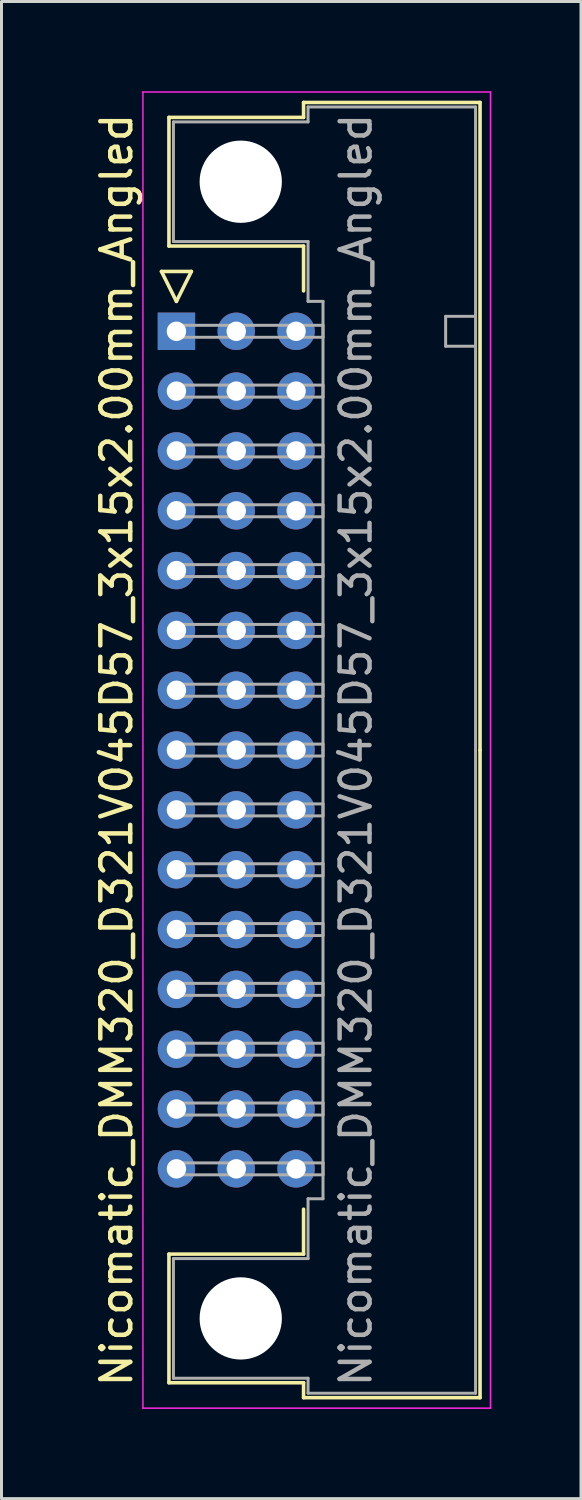
<source format=kicad_pcb>
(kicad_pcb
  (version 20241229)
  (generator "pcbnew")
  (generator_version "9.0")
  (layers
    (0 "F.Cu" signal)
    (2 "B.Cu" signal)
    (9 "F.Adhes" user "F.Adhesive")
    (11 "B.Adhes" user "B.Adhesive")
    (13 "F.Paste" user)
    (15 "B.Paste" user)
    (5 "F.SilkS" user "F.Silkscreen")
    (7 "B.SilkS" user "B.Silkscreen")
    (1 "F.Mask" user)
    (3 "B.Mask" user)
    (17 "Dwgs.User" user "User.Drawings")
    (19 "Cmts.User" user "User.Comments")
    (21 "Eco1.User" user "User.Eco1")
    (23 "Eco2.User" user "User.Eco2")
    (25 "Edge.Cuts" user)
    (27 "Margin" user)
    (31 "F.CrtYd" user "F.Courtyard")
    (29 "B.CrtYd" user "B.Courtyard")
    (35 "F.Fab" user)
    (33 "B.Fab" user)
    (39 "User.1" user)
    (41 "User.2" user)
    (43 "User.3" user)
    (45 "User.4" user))
  (footprint "Nicomatic_DMM320_D321V045D57_3x15x2.00mm_Angled"
    (layer "F.Cu")
    (at 2.848 8.025)
    (property "Reference" "Nicomatic_DMM320_D321V045D57_3x15x2.00mm_Angled" (at -2 14 90) (layer "F.SilkS") (effects (font (size 1 1) (thickness 0.15))))
    (attr through_hole)
    (fp_line (start -0.5 -2) (end 0 -1) (stroke (width 0.12) (type solid)) (layer "F.SilkS"))
    (fp_line (start -0.25 -7.15) (end -0.25 -2.85) (stroke (width 0.12) (type solid)) (layer "F.SilkS"))
    (fp_line (start -0.25 -2.85) (end 4.25 -2.85) (stroke (width 0.12) (type solid)) (layer "F.SilkS"))
    (fp_line (start -0.25 30.85) (end 4.25 30.85) (stroke (width 0.12) (type solid)) (layer "F.SilkS"))
    (fp_line (start -0.25 35.15) (end -0.25 30.85) (stroke (width 0.12) (type solid)) (layer "F.SilkS"))
    (fp_line (start 0 -1) (end 0.5 -2) (stroke (width 0.12) (type solid)) (layer "F.SilkS"))
    (fp_line (start 0.5 -2) (end -0.5 -2) (stroke (width 0.12) (type solid)) (layer "F.SilkS"))
    (fp_line (start 4.25 -7.65) (end 4.25 -7.15) (stroke (width 0.12) (type solid)) (layer "F.SilkS"))
    (fp_line (start 4.25 -7.15) (end -0.25 -7.15) (stroke (width 0.12) (type solid)) (layer "F.SilkS"))
    (fp_line (start 4.25 -2.85) (end 4.25 -1.35) (stroke (width 0.12) (type solid)) (layer "F.SilkS"))
    (fp_line (start 4.25 30.85) (end 4.25 29.35) (stroke (width 0.12) (type solid)) (layer "F.SilkS"))
    (fp_line (start 4.25 35.15) (end -0.25 35.15) (stroke (width 0.12) (type solid)) (layer "F.SilkS"))
    (fp_line (start 4.25 35.65) (end 4.25 35.15) (stroke (width 0.12) (type solid)) (layer "F.SilkS"))
    (fp_line (start 10.15 -7.65) (end 4.25 -7.65) (stroke (width 0.12) (type solid)) (layer "F.SilkS"))
    (fp_line (start 10.15 14) (end 10.15 -7.65) (stroke (width 0.12) (type solid)) (layer "F.SilkS"))
    (fp_line (start 10.15 14) (end 10.15 35.65) (stroke (width 0.12) (type solid)) (layer "F.SilkS"))
    (fp_line (start 10.15 35.65) (end 4.25 35.65) (stroke (width 0.12) (type solid)) (layer "F.SilkS"))
    (fp_line (start -1.12 -8) (end -1.12 36) (stroke (width 0.05) (type solid)) (layer "F.CrtYd"))
    (fp_line (start -1.12 36) (end 10.5 36) (stroke (width 0.05) (type solid)) (layer "F.CrtYd"))
    (fp_line (start 10.5 -8) (end -1.12 -8) (stroke (width 0.05) (type solid)) (layer "F.CrtYd"))
    (fp_line (start 10.5 36) (end 10.5 -8) (stroke (width 0.05) (type solid)) (layer "F.CrtYd"))
    (fp_line (start -0.1 -7) (end -0.1 -3) (stroke (width 0.1) (type solid)) (layer "F.Fab"))
    (fp_line (start -0.1 -3) (end 4.4 -3) (stroke (width 0.1) (type solid)) (layer "F.Fab"))
    (fp_line (start -0.1 31) (end 4.4 31) (stroke (width 0.1) (type solid)) (layer "F.Fab"))
    (fp_line (start -0.1 35) (end -0.1 31) (stroke (width 0.1) (type solid)) (layer "F.Fab"))
    (fp_line (start 0 -0.2) (end 0 0.2) (stroke (width 0.1) (type solid)) (layer "F.Fab"))
    (fp_line (start 0 0.2) (end 4.9 0.2) (stroke (width 0.1) (type solid)) (layer "F.Fab"))
    (fp_line (start 0 1.8) (end 0 2.2) (stroke (width 0.1) (type solid)) (layer "F.Fab"))
    (fp_line (start 0 2.2) (end 4.9 2.2) (stroke (width 0.1) (type solid)) (layer "F.Fab"))
    (fp_line (start 0 3.8) (end 0 4.2) (stroke (width 0.1) (type solid)) (layer "F.Fab"))
    (fp_line (start 0 4.2) (end 4.9 4.2) (stroke (width 0.1) (type solid)) (layer "F.Fab"))
    (fp_line (start 0 5.8) (end 0 6.2) (stroke (width 0.1) (type solid)) (layer "F.Fab"))
    (fp_line (start 0 6.2) (end 4.9 6.2) (stroke (width 0.1) (type solid)) (layer "F.Fab"))
    (fp_line (start 0 7.8) (end 0 8.2) (stroke (width 0.1) (type solid)) (layer "F.Fab"))
    (fp_line (start 0 8.2) (end 4.9 8.2) (stroke (width 0.1) (type solid)) (layer "F.Fab"))
    (fp_line (start 0 9.8) (end 0 10.2) (stroke (width 0.1) (type solid)) (layer "F.Fab"))
    (fp_line (start 0 10.2) (end 4.9 10.2) (stroke (width 0.1) (type solid)) (layer "F.Fab"))
    (fp_line (start 0 11.8) (end 0 12.2) (stroke (width 0.1) (type solid)) (layer "F.Fab"))
    (fp_line (start 0 12.2) (end 4.9 12.2) (stroke (width 0.1) (type solid)) (layer "F.Fab"))
    (fp_line (start 0 13.8) (end 0 14.2) (stroke (width 0.1) (type solid)) (layer "F.Fab"))
    (fp_line (start 0 14.2) (end 4.9 14.2) (stroke (width 0.1) (type solid)) (layer "F.Fab"))
    (fp_line (start 0 15.8) (end 0 16.2) (stroke (width 0.1) (type solid)) (layer "F.Fab"))
    (fp_line (start 0 16.2) (end 4.9 16.2) (stroke (width 0.1) (type solid)) (layer "F.Fab"))
    (fp_line (start 0 17.8) (end 0 18.2) (stroke (width 0.1) (type solid)) (layer "F.Fab"))
    (fp_line (start 0 18.2) (end 4.9 18.2) (stroke (width 0.1) (type solid)) (layer "F.Fab"))
    (fp_line (start 0 19.8) (end 0 20.2) (stroke (width 0.1) (type solid)) (layer "F.Fab"))
    (fp_line (start 0 20.2) (end 4.9 20.2) (stroke (width 0.1) (type solid)) (layer "F.Fab"))
    (fp_line (start 0 21.8) (end 0 22.2) (stroke (width 0.1) (type solid)) (layer "F.Fab"))
    (fp_line (start 0 22.2) (end 4.9 22.2) (stroke (width 0.1) (type solid)) (layer "F.Fab"))
    (fp_line (start 0 23.8) (end 0 24.2) (stroke (width 0.1) (type solid)) (layer "F.Fab"))
    (fp_line (start 0 24.2) (end 4.9 24.2) (stroke (width 0.1) (type solid)) (layer "F.Fab"))
    (fp_line (start 0 25.8) (end 0 26.2) (stroke (width 0.1) (type solid)) (layer "F.Fab"))
    (fp_line (start 0 26.2) (end 4.9 26.2) (stroke (width 0.1) (type solid)) (layer "F.Fab"))
    (fp_line (start 0 27.8) (end 0 28.2) (stroke (width 0.1) (type solid)) (layer "F.Fab"))
    (fp_line (start 0 28.2) (end 4.9 28.2) (stroke (width 0.1) (type solid)) (layer "F.Fab"))
    (fp_line (start 4.4 -7.5) (end 4.4 -7) (stroke (width 0.1) (type solid)) (layer "F.Fab"))
    (fp_line (start 4.4 -7) (end -0.1 -7) (stroke (width 0.1) (type solid)) (layer "F.Fab"))
    (fp_line (start 4.4 -3) (end 4.4 -1) (stroke (width 0.1) (type solid)) (layer "F.Fab"))
    (fp_line (start 4.4 -1) (end 4.9 -1) (stroke (width 0.1) (type solid)) (layer "F.Fab"))
    (fp_line (start 4.4 29) (end 4.9 29) (stroke (width 0.1) (type solid)) (layer "F.Fab"))
    (fp_line (start 4.4 31) (end 4.4 29) (stroke (width 0.1) (type solid)) (layer "F.Fab"))
    (fp_line (start 4.4 35) (end -0.1 35) (stroke (width 0.1) (type solid)) (layer "F.Fab"))
    (fp_line (start 4.4 35.5) (end 4.4 35) (stroke (width 0.1) (type solid)) (layer "F.Fab"))
    (fp_line (start 4.9 -1) (end 4.9 14) (stroke (width 0.1) (type solid)) (layer "F.Fab"))
    (fp_line (start 4.9 -0.2) (end 0 -0.2) (stroke (width 0.1) (type solid)) (layer "F.Fab"))
    (fp_line (start 4.9 0.2) (end 4.9 -0.2) (stroke (width 0.1) (type solid)) (layer "F.Fab"))
    (fp_line (start 4.9 1.8) (end 0 1.8) (stroke (width 0.1) (type solid)) (layer "F.Fab"))
    (fp_line (start 4.9 2.2) (end 4.9 1.8) (stroke (width 0.1) (type solid)) (layer "F.Fab"))
    (fp_line (start 4.9 3.8) (end 0 3.8) (stroke (width 0.1) (type solid)) (layer "F.Fab"))
    (fp_line (start 4.9 4.2) (end 4.9 3.8) (stroke (width 0.1) (type solid)) (layer "F.Fab"))
    (fp_line (start 4.9 5.8) (end 0 5.8) (stroke (width 0.1) (type solid)) (layer "F.Fab"))
    (fp_line (start 4.9 6.2) (end 4.9 5.8) (stroke (width 0.1) (type solid)) (layer "F.Fab"))
    (fp_line (start 4.9 7.8) (end 0 7.8) (stroke (width 0.1) (type solid)) (layer "F.Fab"))
    (fp_line (start 4.9 8.2) (end 4.9 7.8) (stroke (width 0.1) (type solid)) (layer "F.Fab"))
    (fp_line (start 4.9 9.8) (end 0 9.8) (stroke (width 0.1) (type solid)) (layer "F.Fab"))
    (fp_line (start 4.9 10.2) (end 4.9 9.8) (stroke (width 0.1) (type solid)) (layer "F.Fab"))
    (fp_line (start 4.9 11.8) (end 0 11.8) (stroke (width 0.1) (type solid)) (layer "F.Fab"))
    (fp_line (start 4.9 12.2) (end 4.9 11.8) (stroke (width 0.1) (type solid)) (layer "F.Fab"))
    (fp_line (start 4.9 13.8) (end 0 13.8) (stroke (width 0.1) (type solid)) (layer "F.Fab"))
    (fp_line (start 4.9 14.2) (end 4.9 13.8) (stroke (width 0.1) (type solid)) (layer "F.Fab"))
    (fp_line (start 4.9 15.8) (end 0 15.8) (stroke (width 0.1) (type solid)) (layer "F.Fab"))
    (fp_line (start 4.9 16.2) (end 4.9 15.8) (stroke (width 0.1) (type solid)) (layer "F.Fab"))
    (fp_line (start 4.9 17.8) (end 0 17.8) (stroke (width 0.1) (type solid)) (layer "F.Fab"))
    (fp_line (start 4.9 18.2) (end 4.9 17.8) (stroke (width 0.1) (type solid)) (layer "F.Fab"))
    (fp_line (start 4.9 19.8) (end 0 19.8) (stroke (width 0.1) (type solid)) (layer "F.Fab"))
    (fp_line (start 4.9 20.2) (end 4.9 19.8) (stroke (width 0.1) (type solid)) (layer "F.Fab"))
    (fp_line (start 4.9 21.8) (end 0 21.8) (stroke (width 0.1) (type solid)) (layer "F.Fab"))
    (fp_line (start 4.9 22.2) (end 4.9 21.8) (stroke (width 0.1) (type solid)) (layer "F.Fab"))
    (fp_line (start 4.9 23.8) (end 0 23.8) (stroke (width 0.1) (type solid)) (layer "F.Fab"))
    (fp_line (start 4.9 24.2) (end 4.9 23.8) (stroke (width 0.1) (type solid)) (layer "F.Fab"))
    (fp_line (start 4.9 25.8) (end 0 25.8) (stroke (width 0.1) (type solid)) (layer "F.Fab"))
    (fp_line (start 4.9 26.2) (end 4.9 25.8) (stroke (width 0.1) (type solid)) (layer "F.Fab"))
    (fp_line (start 4.9 27.8) (end 0 27.8) (stroke (width 0.1) (type solid)) (layer "F.Fab"))
    (fp_line (start 4.9 28.2) (end 4.9 27.8) (stroke (width 0.1) (type solid)) (layer "F.Fab"))
    (fp_line (start 4.9 29) (end 4.9 14) (stroke (width 0.1) (type solid)) (layer "F.Fab"))
    (fp_line (start 9 -0.5) (end 9 0.5) (stroke (width 0.1) (type solid)) (layer "F.Fab"))
    (fp_line (start 9 0.5) (end 10 0.5) (stroke (width 0.1) (type solid)) (layer "F.Fab"))
    (fp_line (start 10 -7.5) (end 4.4 -7.5) (stroke (width 0.1) (type solid)) (layer "F.Fab"))
    (fp_line (start 10 -0.5) (end 9 -0.5) (stroke (width 0.1) (type solid)) (layer "F.Fab"))
    (fp_line (start 10 14) (end 10 -7.5) (stroke (width 0.1) (type solid)) (layer "F.Fab"))
    (fp_line (start 10 14) (end 10 35.5) (stroke (width 0.1) (type solid)) (layer "F.Fab"))
    (fp_line (start 10 35.5) (end 4.4 35.5) (stroke (width 0.1) (type solid)) (layer "F.Fab"))
    (fp_text user "${REFERENCE}" (at 6 14 90) (layer "F.Fab") (effects (font (size 1 1) (thickness 0.15))))
    (pad "" np_thru_hole circle (at 2.15 -5) (size 2.75 2.75) (drill 2.75) (layers "*.Cu" "*.Mask"))
    (pad "" np_thru_hole circle (at 2.15 33) (size 2.75 2.75) (drill 2.75) (layers "*.Cu" "*.Mask"))
    (pad "1" thru_hole rect (at 0 0) (size 1.25 1.25) (drill 0.65) (layers "*.Cu" "*.Mask"))
    (pad "2" thru_hole oval (at 0 2) (size 1.25 1.25) (drill 0.65) (layers "*.Cu" "*.Mask"))
    (pad "3" thru_hole oval (at 0 4) (size 1.25 1.25) (drill 0.65) (layers "*.Cu" "*.Mask"))
    (pad "4" thru_hole oval (at 0 6) (size 1.25 1.25) (drill 0.65) (layers "*.Cu" "*.Mask"))
    (pad "5" thru_hole oval (at 0 8) (size 1.25 1.25) (drill 0.65) (layers "*.Cu" "*.Mask"))
    (pad "6" thru_hole oval (at 0 10) (size 1.25 1.25) (drill 0.65) (layers "*.Cu" "*.Mask"))
    (pad "7" thru_hole oval (at 0 12) (size 1.25 1.25) (drill 0.65) (layers "*.Cu" "*.Mask"))
    (pad "8" thru_hole oval (at 0 14) (size 1.25 1.25) (drill 0.65) (layers "*.Cu" "*.Mask"))
    (pad "9" thru_hole oval (at 0 16) (size 1.25 1.25) (drill 0.65) (layers "*.Cu" "*.Mask"))
    (pad "10" thru_hole oval (at 0 18) (size 1.25 1.25) (drill 0.65) (layers "*.Cu" "*.Mask"))
    (pad "11" thru_hole oval (at 0 20) (size 1.25 1.25) (drill 0.65) (layers "*.Cu" "*.Mask"))
    (pad "12" thru_hole oval (at 0 22) (size 1.25 1.25) (drill 0.65) (layers "*.Cu" "*.Mask"))
    (pad "13" thru_hole oval (at 0 24) (size 1.25 1.25) (drill 0.65) (layers "*.Cu" "*.Mask"))
    (pad "14" thru_hole oval (at 0 26) (size 1.25 1.25) (drill 0.65) (layers "*.Cu" "*.Mask"))
    (pad "15" thru_hole oval (at 0 28) (size 1.25 1.25) (drill 0.65) (layers "*.Cu" "*.Mask"))
    (pad "16" thru_hole oval (at 2 0) (size 1.25 1.25) (drill 0.65) (layers "*.Cu" "*.Mask"))
    (pad "17" thru_hole oval (at 2 2) (size 1.25 1.25) (drill 0.65) (layers "*.Cu" "*.Mask"))
    (pad "18" thru_hole oval (at 2 4) (size 1.25 1.25) (drill 0.65) (layers "*.Cu" "*.Mask"))
    (pad "19" thru_hole oval (at 2 6) (size 1.25 1.25) (drill 0.65) (layers "*.Cu" "*.Mask"))
    (pad "20" thru_hole oval (at 2 8) (size 1.25 1.25) (drill 0.65) (layers "*.Cu" "*.Mask"))
    (pad "21" thru_hole oval (at 2 10) (size 1.25 1.25) (drill 0.65) (layers "*.Cu" "*.Mask"))
    (pad "22" thru_hole oval (at 2 12) (size 1.25 1.25) (drill 0.65) (layers "*.Cu" "*.Mask"))
    (pad "23" thru_hole oval (at 2 14) (size 1.25 1.25) (drill 0.65) (layers "*.Cu" "*.Mask"))
    (pad "24" thru_hole oval (at 2 16) (size 1.25 1.25) (drill 0.65) (layers "*.Cu" "*.Mask"))
    (pad "25" thru_hole oval (at 2 18) (size 1.25 1.25) (drill 0.65) (layers "*.Cu" "*.Mask"))
    (pad "26" thru_hole oval (at 2 20) (size 1.25 1.25) (drill 0.65) (layers "*.Cu" "*.Mask"))
    (pad "27" thru_hole oval (at 2 22) (size 1.25 1.25) (drill 0.65) (layers "*.Cu" "*.Mask"))
    (pad "28" thru_hole oval (at 2 24) (size 1.25 1.25) (drill 0.65) (layers "*.Cu" "*.Mask"))
    (pad "29" thru_hole oval (at 2 26) (size 1.25 1.25) (drill 0.65) (layers "*.Cu" "*.Mask"))
    (pad "30" thru_hole oval (at 2 28) (size 1.25 1.25) (drill 0.65) (layers "*.Cu" "*.Mask"))
    (pad "31" thru_hole oval (at 4 0) (size 1.25 1.25) (drill 0.65) (layers "*.Cu" "*.Mask"))
    (pad "32" thru_hole oval (at 4 2) (size 1.25 1.25) (drill 0.65) (layers "*.Cu" "*.Mask"))
    (pad "33" thru_hole oval (at 4 4) (size 1.25 1.25) (drill 0.65) (layers "*.Cu" "*.Mask"))
    (pad "34" thru_hole oval (at 4 6) (size 1.25 1.25) (drill 0.65) (layers "*.Cu" "*.Mask"))
    (pad "35" thru_hole oval (at 4 8) (size 1.25 1.25) (drill 0.65) (layers "*.Cu" "*.Mask"))
    (pad "36" thru_hole oval (at 4 10) (size 1.25 1.25) (drill 0.65) (layers "*.Cu" "*.Mask"))
    (pad "37" thru_hole oval (at 4 12) (size 1.25 1.25) (drill 0.65) (layers "*.Cu" "*.Mask"))
    (pad "38" thru_hole oval (at 4 14) (size 1.25 1.25) (drill 0.65) (layers "*.Cu" "*.Mask"))
    (pad "39" thru_hole oval (at 4 16) (size 1.25 1.25) (drill 0.65) (layers "*.Cu" "*.Mask"))
    (pad "40" thru_hole oval (at 4 18) (size 1.25 1.25) (drill 0.65) (layers "*.Cu" "*.Mask"))
    (pad "41" thru_hole oval (at 4 20) (size 1.25 1.25) (drill 0.65) (layers "*.Cu" "*.Mask"))
    (pad "42" thru_hole oval (at 4 22) (size 1.25 1.25) (drill 0.65) (layers "*.Cu" "*.Mask"))
    (pad "43" thru_hole oval (at 4 24) (size 1.25 1.25) (drill 0.65) (layers "*.Cu" "*.Mask"))
    (pad "44" thru_hole oval (at 4 26) (size 1.25 1.25) (drill 0.65) (layers "*.Cu" "*.Mask"))
    (pad "45" thru_hole oval (at 4 28) (size 1.25 1.25) (drill 0.65) (layers "*.Cu" "*.Mask")))
  (gr_rect
    (start -3 -3)
    (end 16.373 47.05)
    (stroke (width 0.1) (type default))
    (fill no)
    (layer "Edge.Cuts")))
</source>
